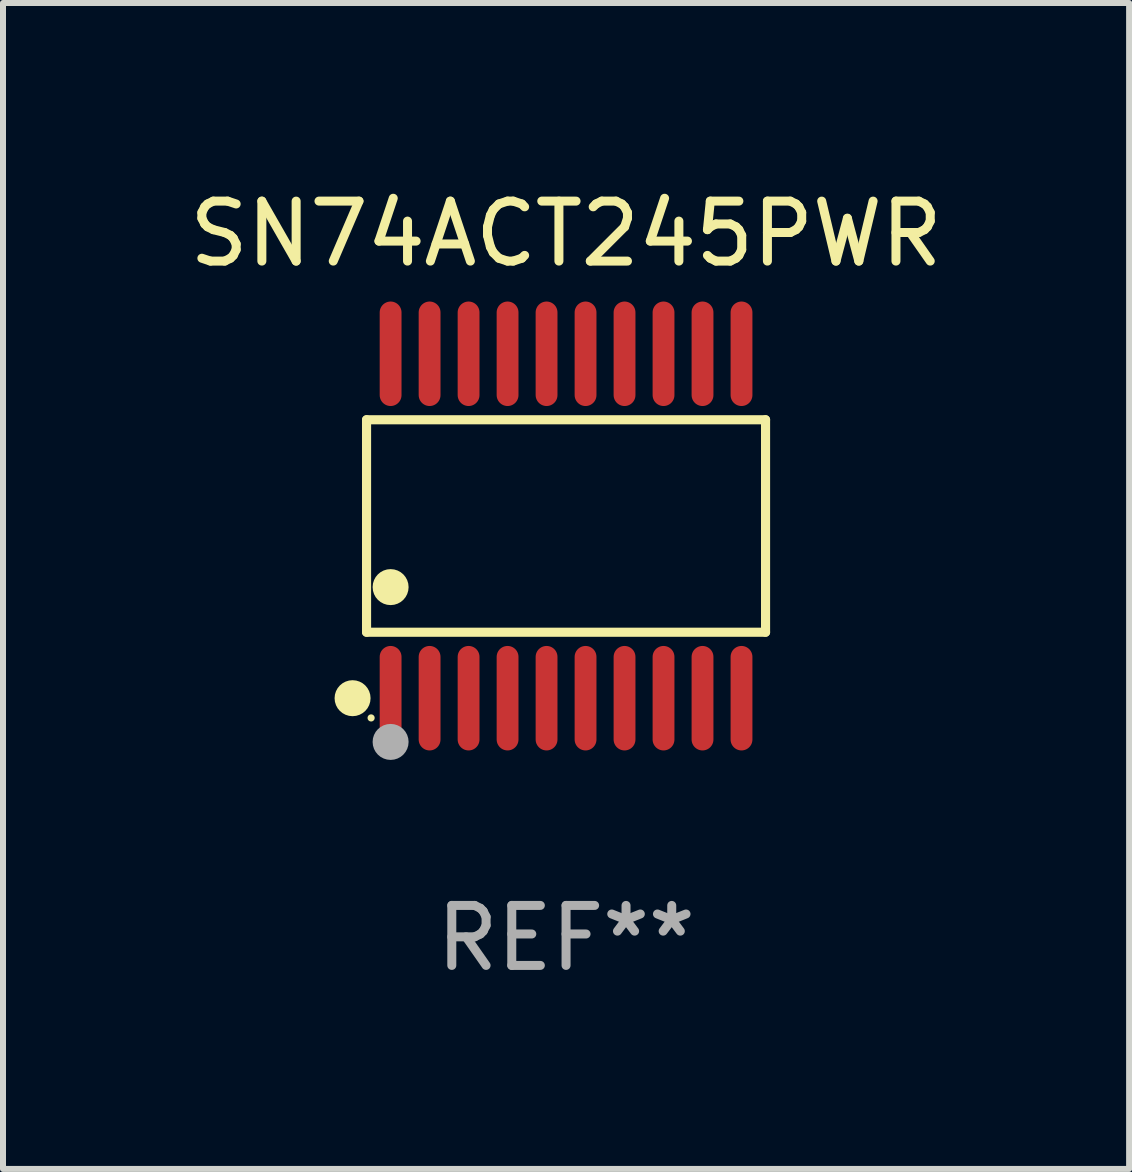
<source format=kicad_pcb>
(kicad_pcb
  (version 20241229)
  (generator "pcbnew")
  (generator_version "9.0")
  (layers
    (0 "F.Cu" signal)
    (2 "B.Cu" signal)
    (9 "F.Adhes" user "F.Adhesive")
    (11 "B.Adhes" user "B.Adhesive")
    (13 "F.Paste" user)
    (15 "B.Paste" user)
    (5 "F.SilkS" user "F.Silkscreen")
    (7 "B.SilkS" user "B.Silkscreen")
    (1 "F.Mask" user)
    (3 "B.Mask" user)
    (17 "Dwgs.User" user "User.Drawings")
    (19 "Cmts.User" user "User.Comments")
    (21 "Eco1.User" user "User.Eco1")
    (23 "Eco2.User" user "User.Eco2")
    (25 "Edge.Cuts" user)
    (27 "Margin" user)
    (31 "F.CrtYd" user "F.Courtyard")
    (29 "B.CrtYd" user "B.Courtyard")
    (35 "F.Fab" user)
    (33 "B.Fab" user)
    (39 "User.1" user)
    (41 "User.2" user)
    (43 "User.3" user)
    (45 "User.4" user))
  (footprint "SN74ACT245PWR"
    (layer "F.Cu")
    (at 6.387 5.719)
    (property "Reference" "SN74ACT245PWR" (at 0 -4.871 0) (layer "F.SilkS") (effects (font (size 1 1) (thickness 0.15))))
    (attr through_hole)
    (fp_line (start -3.326 -1.771) (end 3.326 -1.771) (stroke (width 0.152) (type solid)) (layer "F.SilkS"))
    (fp_line (start -3.326 1.771) (end -3.326 -1.771) (stroke (width 0.152) (type solid)) (layer "F.SilkS"))
    (fp_line (start 3.326 -1.771) (end 3.326 1.771) (stroke (width 0.152) (type solid)) (layer "F.SilkS"))
    (fp_line (start 3.326 1.771) (end -3.326 1.771) (stroke (width 0.152) (type solid)) (layer "F.SilkS"))
    (fp_circle (center -3.559 2.871) (end -3.409 2.871) (stroke (width 0.3) (type solid)) (fill no) (layer "F.SilkS"))
    (fp_circle (center -3.25 3.2) (end -3.22 3.2) (stroke (width 0.06) (type solid)) (fill no) (layer "F.SilkS"))
    (fp_circle (center -2.925 1.019) (end -2.775 1.019) (stroke (width 0.3) (type solid)) (fill no) (layer "F.SilkS"))
    (fp_circle (center -2.925 3.6) (end -2.775 3.6) (stroke (width 0.3) (type solid)) (fill no) (layer "F.Fab"))
    (fp_text user "REF**" (at 0 6.871 0) (layer "F.Fab") (effects (font (size 1 1) (thickness 0.15))))
    (pad "1" smd oval (at -2.925 2.871) (size 0.364 1.742) (layers "F.Cu" "F.Mask" "F.Paste"))
    (pad "2" smd oval (at -2.275 2.871) (size 0.364 1.742) (layers "F.Cu" "F.Mask" "F.Paste"))
    (pad "3" smd oval (at -1.625 2.871) (size 0.364 1.742) (layers "F.Cu" "F.Mask" "F.Paste"))
    (pad "4" smd oval (at -0.975 2.871) (size 0.364 1.742) (layers "F.Cu" "F.Mask" "F.Paste"))
    (pad "5" smd oval (at -0.325 2.871) (size 0.364 1.742) (layers "F.Cu" "F.Mask" "F.Paste"))
    (pad "6" smd oval (at 0.325 2.871) (size 0.364 1.742) (layers "F.Cu" "F.Mask" "F.Paste"))
    (pad "7" smd oval (at 0.975 2.871) (size 0.364 1.742) (layers "F.Cu" "F.Mask" "F.Paste"))
    (pad "8" smd oval (at 1.625 2.871) (size 0.364 1.742) (layers "F.Cu" "F.Mask" "F.Paste"))
    (pad "9" smd oval (at 2.275 2.871) (size 0.364 1.742) (layers "F.Cu" "F.Mask" "F.Paste"))
    (pad "10" smd oval (at 2.925 2.871) (size 0.364 1.742) (layers "F.Cu" "F.Mask" "F.Paste"))
    (pad "11" smd oval (at 2.925 -2.871) (size 0.364 1.742) (layers "F.Cu" "F.Mask" "F.Paste"))
    (pad "12" smd oval (at 2.275 -2.871) (size 0.364 1.742) (layers "F.Cu" "F.Mask" "F.Paste"))
    (pad "13" smd oval (at 1.625 -2.871) (size 0.364 1.742) (layers "F.Cu" "F.Mask" "F.Paste"))
    (pad "14" smd oval (at 0.975 -2.871) (size 0.364 1.742) (layers "F.Cu" "F.Mask" "F.Paste"))
    (pad "15" smd oval (at 0.325 -2.871) (size 0.364 1.742) (layers "F.Cu" "F.Mask" "F.Paste"))
    (pad "16" smd oval (at -0.325 -2.871) (size 0.364 1.742) (layers "F.Cu" "F.Mask" "F.Paste"))
    (pad "17" smd oval (at -0.975 -2.871) (size 0.364 1.742) (layers "F.Cu" "F.Mask" "F.Paste"))
    (pad "18" smd oval (at -1.625 -2.871) (size 0.364 1.742) (layers "F.Cu" "F.Mask" "F.Paste"))
    (pad "19" smd oval (at -2.275 -2.871) (size 0.364 1.742) (layers "F.Cu" "F.Mask" "F.Paste"))
    (pad "20" smd oval (at -2.925 -2.871) (size 0.364 1.742) (layers "F.Cu" "F.Mask" "F.Paste")))
  (gr_rect
    (start -3 -3)
    (end 15.774 16.438)
    (stroke (width 0.1) (type default))
    (fill no)
    (layer "Edge.Cuts")))
</source>
